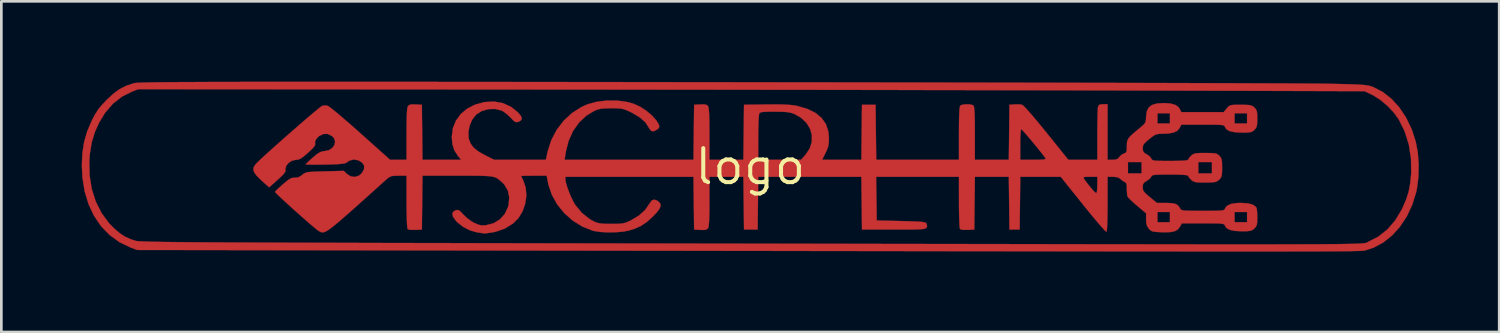
<source format=kicad_pcb>
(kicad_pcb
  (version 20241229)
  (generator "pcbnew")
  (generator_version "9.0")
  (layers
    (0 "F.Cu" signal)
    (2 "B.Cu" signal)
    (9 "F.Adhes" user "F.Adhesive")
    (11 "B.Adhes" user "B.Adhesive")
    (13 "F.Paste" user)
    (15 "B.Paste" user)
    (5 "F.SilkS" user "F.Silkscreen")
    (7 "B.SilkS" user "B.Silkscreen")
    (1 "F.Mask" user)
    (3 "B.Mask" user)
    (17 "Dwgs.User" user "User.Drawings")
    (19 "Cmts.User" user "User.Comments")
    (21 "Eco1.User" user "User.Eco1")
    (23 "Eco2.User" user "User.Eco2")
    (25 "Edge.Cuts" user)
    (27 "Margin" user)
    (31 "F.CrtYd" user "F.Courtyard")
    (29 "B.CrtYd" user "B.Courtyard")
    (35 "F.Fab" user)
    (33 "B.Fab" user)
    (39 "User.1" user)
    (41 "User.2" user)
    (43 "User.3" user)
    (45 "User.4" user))
  (footprint "logo"
    (layer "F.Cu")
    (at 24.95 3.168)
    (property "Reference" "logo" (at 0 0 0) (layer "F.SilkS") (effects (font (size 1.27 1.27) (thickness 0.15))))
    (attr through_hole)
    (fp_poly (pts (xy -15.173 -3.163) (xy -14.292 -3.163) (xy -13.348 -3.162) (xy -12.339 -3.162) (xy -11.263 -3.161) (xy -10.118 -3.16) (xy -8.902 -3.159) (xy -7.611 -3.157) (xy -6.245 -3.156) (xy -4.801 -3.154) (xy -3.277 -3.152) (xy -1.671 -3.15) (xy -1.376 -3.15) (xy -0.021 -3.148) (xy 1.318 -3.146) (xy 2.638 -3.145) (xy 3.937 -3.143) (xy 5.211 -3.141) (xy 6.459 -3.139) (xy 7.678 -3.136) (xy 8.863 -3.134) (xy 10.014 -3.132) (xy 11.127 -3.13) (xy 12.199 -3.127) (xy 13.227 -3.125) (xy 14.209 -3.123) (xy 15.143 -3.12) (xy 16.024 -3.118) (xy 16.851 -3.115) (xy 17.621 -3.113) (xy 18.33 -3.111) (xy 18.977 -3.108) (xy 19.559 -3.106) (xy 20.071 -3.104) (xy 20.513 -3.101) (xy 20.881 -3.099) (xy 21.172 -3.097) (xy 21.384 -3.095) (xy 21.505 -3.093) (xy 21.905 -3.085) (xy 22.229 -3.077) (xy 22.488 -3.07) (xy 22.691 -3.061) (xy 22.848 -3.051) (xy 22.968 -3.04) (xy 23.061 -3.025) (xy 23.137 -3.007) (xy 23.206 -2.985) (xy 23.251 -2.968) (xy 23.606 -2.785) (xy 23.933 -2.528) (xy 24.226 -2.205) (xy 24.479 -1.824) (xy 24.686 -1.394) (xy 24.836 -0.934) (xy 24.914 -0.522) (xy 24.947 -0.07) (xy 24.936 0.388) (xy 24.881 0.82) (xy 24.853 0.953) (xy 24.707 1.422) (xy 24.506 1.851) (xy 24.256 2.233) (xy 23.963 2.56) (xy 23.634 2.824) (xy 23.275 3.019) (xy 23.006 3.11) (xy 22.991 3.115) (xy 22.979 3.119) (xy 22.967 3.123) (xy 22.954 3.126) (xy 22.937 3.13) (xy 22.917 3.134) (xy 22.889 3.137) (xy 22.853 3.14) (xy 22.807 3.143) (xy 22.748 3.146) (xy 22.675 3.148) (xy 22.587 3.15) (xy 22.481 3.153) (xy 22.355 3.155) (xy 22.208 3.157) (xy 22.038 3.158) (xy 21.842 3.16) (xy 21.62 3.161) (xy 21.369 3.163) (xy 21.088 3.164) (xy 20.774 3.165) (xy 20.426 3.165) (xy 20.041 3.166) (xy 19.619 3.166) (xy 19.157 3.167) (xy 18.654 3.167) (xy 18.107 3.167) (xy 17.515 3.167) (xy 16.875 3.166) (xy 16.187 3.166) (xy 15.448 3.165) (xy 14.656 3.165) (xy 13.81 3.164) (xy 12.908 3.163) (xy 11.947 3.162) (xy 10.926 3.16) (xy 9.844 3.159) (xy 8.698 3.157) (xy 7.486 3.156) (xy 6.207 3.154) (xy 4.859 3.152) (xy 3.44 3.15) (xy 1.948 3.148) (xy 0.381 3.145) (xy -1.262 3.143) (xy -2.984 3.14) (xy -4.785 3.138) (xy -6.669 3.135) (xy -7.493 3.134) (xy -22.881 3.111) (xy -23.128 3.018) (xy -23.544 2.818) (xy -23.911 2.551) (xy -24.228 2.223) (xy -24.49 1.837) (xy -24.696 1.4) (xy -24.842 0.915) (xy -24.925 0.388) (xy -24.945 -0.042) (xy -24.938 -0.212) (xy -24.667 -0.212) (xy -24.657 0.325) (xy -24.577 0.833) (xy -24.427 1.304) (xy -24.211 1.733) (xy -23.931 2.113) (xy -23.743 2.305) (xy -23.533 2.485) (xy -23.338 2.614) (xy -23.126 2.709) (xy -22.943 2.769) (xy -22.92 2.774) (xy -22.886 2.779) (xy -22.839 2.784) (xy -22.777 2.788) (xy -22.697 2.792) (xy -22.597 2.796) (xy -22.476 2.8) (xy -22.331 2.804) (xy -22.159 2.807) (xy -21.959 2.811) (xy -21.729 2.814) (xy -21.466 2.817) (xy -21.168 2.82) (xy -20.834 2.822) (xy -20.46 2.825) (xy -20.045 2.828) (xy -19.586 2.83) (xy -19.082 2.833) (xy -18.53 2.835) (xy -17.929 2.837) (xy -17.275 2.84) (xy -16.567 2.842) (xy -15.803 2.844) (xy -14.98 2.846) (xy -14.097 2.849) (xy -13.15 2.851) (xy -12.139 2.853) (xy -11.06 2.855) (xy -9.912 2.858) (xy -8.693 2.86) (xy -7.4 2.863) (xy -6.031 2.865) (xy -4.585 2.868) (xy -3.058 2.87) (xy -1.449 2.873) (xy -1.269 2.873) (xy 0.44 2.876) (xy 2.067 2.879) (xy 3.614 2.882) (xy 5.082 2.885) (xy 6.474 2.887) (xy 7.791 2.889) (xy 9.036 2.891) (xy 10.211 2.893) (xy 11.317 2.895) (xy 12.357 2.897) (xy 13.334 2.898) (xy 14.248 2.899) (xy 15.102 2.9) (xy 15.899 2.901) (xy 16.639 2.902) (xy 17.326 2.902) (xy 17.961 2.903) (xy 18.546 2.903) (xy 19.084 2.902) (xy 19.576 2.902) (xy 20.024 2.901) (xy 20.432 2.9) (xy 20.799 2.899) (xy 21.13 2.898) (xy 21.425 2.896) (xy 21.687 2.894) (xy 21.918 2.892) (xy 22.119 2.889) (xy 22.294 2.886) (xy 22.444 2.883) (xy 22.571 2.88) (xy 22.677 2.876) (xy 22.764 2.872) (xy 22.834 2.867) (xy 22.89 2.863) (xy 22.933 2.858) (xy 22.965 2.852) (xy 22.989 2.846) (xy 23.007 2.84) (xy 23.02 2.834) (xy 23.031 2.827) (xy 23.041 2.82) (xy 23.054 2.813) (xy 23.07 2.805) (xy 23.076 2.802) (xy 23.448 2.609) (xy 23.781 2.344) (xy 24.07 2.01) (xy 24.311 1.611) (xy 24.343 1.545) (xy 24.478 1.233) (xy 24.571 0.942) (xy 24.63 0.637) (xy 24.664 0.286) (xy 24.667 0.246) (xy 24.66 -0.3) (xy 24.579 -0.824) (xy 24.425 -1.316) (xy 24.2 -1.768) (xy 24.199 -1.769) (xy 24.012 -2.026) (xy 23.775 -2.275) (xy 23.514 -2.493) (xy 23.253 -2.658) (xy 23.212 -2.679) (xy 22.924 -2.815) (xy 14.351 -2.841) (xy 13.598 -2.843) (xy 12.767 -2.845) (xy 11.864 -2.848) (xy 10.894 -2.85) (xy 9.864 -2.852) (xy 8.78 -2.854) (xy 7.647 -2.856) (xy 6.473 -2.858) (xy 5.263 -2.861) (xy 4.024 -2.863) (xy 2.76 -2.865) (xy 1.48 -2.867) (xy 0.188 -2.868) (xy -1.11 -2.87) (xy -2.406 -2.872) (xy -3.696 -2.873) (xy -4.972 -2.875) (xy -6.23 -2.876) (xy -7.462 -2.877) (xy -8.53 -2.878) (xy -22.839 -2.889) (xy -23.076 -2.799) (xy -23.451 -2.611) (xy -23.783 -2.35) (xy -24.072 -2.018) (xy -24.296 -1.653) (xy -24.464 -1.28) (xy -24.578 -0.903) (xy -24.645 -0.492) (xy -24.667 -0.212) (xy -24.938 -0.212) (xy -24.924 -0.509) (xy -24.858 -0.928) (xy -24.741 -1.327) (xy -24.566 -1.732) (xy -24.564 -1.736) (xy -24.448 -1.955) (xy -24.331 -2.136) (xy -24.189 -2.309) (xy -24.026 -2.482) (xy -23.773 -2.717) (xy -23.535 -2.891) (xy -23.289 -3.016) (xy -23.013 -3.108) (xy -22.998 -3.112) (xy -22.973 -3.117) (xy -22.934 -3.122) (xy -22.88 -3.126) (xy -22.807 -3.13) (xy -22.715 -3.134) (xy -22.6 -3.137) (xy -22.461 -3.141) (xy -22.295 -3.144) (xy -22.1 -3.147) (xy -21.875 -3.149) (xy -21.617 -3.151) (xy -21.324 -3.154) (xy -20.994 -3.155) (xy -20.624 -3.157) (xy -20.213 -3.159) (xy -19.758 -3.16) (xy -19.257 -3.161) (xy -18.709 -3.162) (xy -18.11 -3.162) (xy -17.46 -3.163) (xy -16.755 -3.163) (xy -15.993 -3.163) (xy -15.173 -3.163)) (stroke (width 0.01) (type solid)) (fill yes) (layer "F.Cu"))
    (fp_poly (pts (xy -4.958 -2.463) (xy -4.588 -2.412) (xy -4.354 -2.347) (xy -4.116 -2.238) (xy -3.881 -2.086) (xy -3.67 -1.908) (xy -3.504 -1.722) (xy -3.418 -1.58) (xy -3.392 -1.495) (xy -3.422 -1.432) (xy -3.467 -1.392) (xy -3.592 -1.321) (xy -3.691 -1.33) (xy -3.769 -1.421) (xy -3.782 -1.45) (xy -3.909 -1.649) (xy -4.118 -1.835) (xy -4.405 -2.007) (xy -4.445 -2.027) (xy -4.597 -2.098) (xy -4.717 -2.143) (xy -4.834 -2.167) (xy -4.976 -2.177) (xy -5.172 -2.179) (xy -5.186 -2.179) (xy -5.404 -2.175) (xy -5.564 -2.161) (xy -5.69 -2.133) (xy -5.808 -2.088) (xy -5.814 -2.085) (xy -6.124 -1.897) (xy -6.393 -1.642) (xy -6.613 -1.329) (xy -6.778 -0.966) (xy -6.882 -0.564) (xy -6.889 -0.518) (xy -6.929 -0.254) (xy -2.118 -0.254) (xy -2.107 -1.281) (xy -2.095 -2.307) (xy -1.864 -2.32) (xy -1.717 -2.322) (xy -1.629 -2.302) (xy -1.578 -2.259) (xy -1.559 -2.209) (xy -1.545 -2.111) (xy -1.534 -1.957) (xy -1.528 -1.74) (xy -1.525 -1.451) (xy -1.524 -1.22) (xy -1.524 -0.254) (xy -0.256 -0.254) (xy 0.296 -0.254) (xy 1.898 -0.254) (xy 2.068 -0.447) (xy 2.221 -0.678) (xy 2.298 -0.924) (xy 2.3 -1.174) (xy 2.232 -1.415) (xy 2.095 -1.636) (xy 1.894 -1.825) (xy 1.672 -1.953) (xy 1.57 -1.994) (xy 1.465 -2.021) (xy 1.337 -2.038) (xy 1.166 -2.047) (xy 0.932 -2.05) (xy 0.919 -2.05) (xy 0.687 -2.05) (xy 0.525 -2.044) (xy 0.421 -2.032) (xy 0.362 -2.012) (xy 0.338 -1.99) (xy 0.326 -1.929) (xy 0.315 -1.798) (xy 0.306 -1.611) (xy 0.3 -1.381) (xy 0.297 -1.122) (xy 0.297 -1.09) (xy 0.296 -0.254) (xy -0.256 -0.254) (xy -0.244 -1.281) (xy -0.233 -2.307) (xy 0.602 -2.319) (xy 0.953 -2.321) (xy 1.234 -2.317) (xy 1.456 -2.305) (xy 1.634 -2.286) (xy 1.737 -2.267) (xy 2.119 -2.159) (xy 2.427 -2.009) (xy 2.663 -1.816) (xy 2.826 -1.581) (xy 2.916 -1.303) (xy 2.937 -1.076) (xy 2.932 -0.89) (xy 2.906 -0.743) (xy 2.848 -0.593) (xy 2.811 -0.515) (xy 2.681 -0.254) (xy 4.147 -0.254) (xy 4.158 -1.281) (xy 4.17 -2.307) (xy 4.678 -2.307) (xy 4.689 -1.281) (xy 4.701 -0.254) (xy 7.789 -0.254) (xy 7.789 -1.24) (xy 7.791 -1.589) (xy 7.795 -1.86) (xy 7.804 -2.058) (xy 7.815 -2.19) (xy 7.831 -2.263) (xy 7.84 -2.278) (xy 7.918 -2.311) (xy 8.043 -2.326) (xy 8.179 -2.322) (xy 8.29 -2.3) (xy 8.331 -2.278) (xy 8.349 -2.231) (xy 8.363 -2.127) (xy 8.373 -1.96) (xy 8.379 -1.724) (xy 8.382 -1.412) (xy 8.382 -1.24) (xy 8.382 -0.254) (xy 9.65 -0.254) (xy 9.657 -0.826) (xy 10.075 -0.826) (xy 10.075 -0.254) (xy 10.565 -0.254) (xy 10.781 -0.256) (xy 10.923 -0.263) (xy 11.001 -0.276) (xy 11.026 -0.296) (xy 11.022 -0.307) (xy 10.97 -0.381) (xy 10.881 -0.498) (xy 10.764 -0.645) (xy 10.632 -0.807) (xy 10.495 -0.972) (xy 10.365 -1.126) (xy 10.251 -1.257) (xy 10.166 -1.351) (xy 10.12 -1.395) (xy 10.116 -1.397) (xy 10.1 -1.357) (xy 10.087 -1.243) (xy 10.079 -1.069) (xy 10.075 -0.845) (xy 10.075 -0.826) (xy 9.657 -0.826) (xy 9.662 -1.281) (xy 9.673 -2.307) (xy 9.86 -2.321) (xy 9.999 -2.324) (xy 10.116 -2.315) (xy 10.14 -2.311) (xy 10.194 -2.271) (xy 10.294 -2.169) (xy 10.435 -2.012) (xy 10.614 -1.804) (xy 10.824 -1.551) (xy 11.052 -1.271) (xy 11.871 -0.254) (xy 12.954 -0.254) (xy 12.955 -1.196) (xy 12.956 -1.475) (xy 12.959 -1.73) (xy 12.964 -1.948) (xy 12.97 -2.113) (xy 12.977 -2.214) (xy 12.981 -2.233) (xy 13.014 -2.297) (xy 13.086 -2.324) (xy 13.171 -2.328) (xy 13.335 -2.328) (xy 13.335 -0.254) (xy 13.521 -0.254) (xy 13.65 -0.264) (xy 13.73 -0.304) (xy 13.775 -0.359) (xy 13.862 -0.446) (xy 13.949 -0.491) (xy 14.009 -0.513) (xy 14.04 -0.556) (xy 14.053 -0.643) (xy 14.055 -0.764) (xy 14.057 -0.874) (xy 14.071 -0.961) (xy 14.107 -1.04) (xy 14.173 -1.123) (xy 14.281 -1.225) (xy 14.44 -1.359) (xy 14.55 -1.45) (xy 14.668 -1.551) (xy 14.734 -1.626) (xy 14.764 -1.703) (xy 14.772 -1.807) (xy 14.772 -1.833) (xy 14.789 -1.99) (xy 15.198 -1.99) (xy 15.198 -1.609) (xy 15.663 -1.609) (xy 15.663 -1.99) (xy 18.076 -1.99) (xy 18.076 -1.609) (xy 18.542 -1.609) (xy 18.542 -1.99) (xy 18.076 -1.99) (xy 15.663 -1.99) (xy 15.198 -1.99) (xy 14.789 -1.99) (xy 14.795 -2.044) (xy 14.864 -2.197) (xy 14.987 -2.297) (xy 15.172 -2.353) (xy 15.428 -2.371) (xy 15.431 -2.371) (xy 15.681 -2.355) (xy 15.862 -2.305) (xy 15.982 -2.219) (xy 16.026 -2.154) (xy 16.089 -2.032) (xy 17.668 -2.032) (xy 17.783 -2.17) (xy 17.839 -2.233) (xy 17.891 -2.273) (xy 17.959 -2.296) (xy 18.065 -2.305) (xy 18.228 -2.307) (xy 18.301 -2.307) (xy 18.493 -2.305) (xy 18.621 -2.297) (xy 18.705 -2.278) (xy 18.767 -2.245) (xy 18.814 -2.205) (xy 18.871 -2.142) (xy 18.904 -2.073) (xy 18.919 -1.971) (xy 18.923 -1.813) (xy 18.923 -1.79) (xy 18.92 -1.622) (xy 18.905 -1.513) (xy 18.874 -1.439) (xy 18.819 -1.374) (xy 18.76 -1.323) (xy 18.694 -1.292) (xy 18.599 -1.276) (xy 18.452 -1.27) (xy 18.351 -1.27) (xy 18.085 -1.283) (xy 17.893 -1.324) (xy 17.771 -1.394) (xy 17.717 -1.481) (xy 17.703 -1.511) (xy 17.677 -1.533) (xy 17.626 -1.548) (xy 17.539 -1.558) (xy 17.405 -1.563) (xy 17.211 -1.566) (xy 16.946 -1.566) (xy 16.889 -1.566) (xy 16.089 -1.566) (xy 16.026 -1.444) (xy 15.938 -1.338) (xy 15.799 -1.27) (xy 15.597 -1.234) (xy 15.414 -1.227) (xy 15.266 -1.224) (xy 15.161 -1.207) (xy 15.07 -1.165) (xy 14.96 -1.085) (xy 14.891 -1.03) (xy 14.763 -0.921) (xy 14.689 -0.841) (xy 14.656 -0.769) (xy 14.648 -0.684) (xy 14.648 -0.681) (xy 14.662 -0.57) (xy 14.717 -0.503) (xy 14.786 -0.466) (xy 14.891 -0.396) (xy 14.962 -0.312) (xy 14.964 -0.307) (xy 14.983 -0.271) (xy 15.012 -0.246) (xy 15.064 -0.229) (xy 15.152 -0.219) (xy 15.289 -0.214) (xy 15.488 -0.212) (xy 15.673 -0.212) (xy 15.959 -0.214) (xy 16.167 -0.223) (xy 16.295 -0.236) (xy 16.341 -0.255) (xy 16.341 -0.256) (xy 16.369 -0.312) (xy 16.439 -0.391) (xy 16.453 -0.404) (xy 16.511 -0.452) (xy 16.575 -0.483) (xy 16.664 -0.499) (xy 16.798 -0.507) (xy 16.984 -0.508) (xy 17.179 -0.506) (xy 17.309 -0.499) (xy 17.394 -0.482) (xy 17.453 -0.451) (xy 17.507 -0.404) (xy 17.559 -0.343) (xy 17.59 -0.274) (xy 17.606 -0.174) (xy 17.61 -0.019) (xy 17.611 0.042) (xy 17.608 0.216) (xy 17.598 0.328) (xy 17.573 0.402) (xy 17.528 0.46) (xy 17.499 0.489) (xy 17.44 0.537) (xy 17.375 0.568) (xy 17.285 0.584) (xy 17.149 0.591) (xy 16.976 0.593) (xy 16.782 0.591) (xy 16.653 0.583) (xy 16.567 0.565) (xy 16.504 0.532) (xy 16.453 0.489) (xy 16.378 0.409) (xy 16.341 0.347) (xy 16.341 0.341) (xy 16.299 0.322) (xy 16.174 0.308) (xy 15.97 0.299) (xy 15.687 0.296) (xy 15.666 0.296) (xy 15.412 0.297) (xy 15.23 0.3) (xy 15.107 0.307) (xy 15.032 0.319) (xy 14.99 0.338) (xy 14.971 0.365) (xy 14.967 0.375) (xy 14.915 0.445) (xy 14.819 0.519) (xy 14.795 0.533) (xy 14.696 0.598) (xy 14.655 0.673) (xy 14.647 0.767) (xy 14.654 0.851) (xy 14.684 0.921) (xy 14.75 0.998) (xy 14.866 1.101) (xy 14.912 1.138) (xy 15.176 1.355) (xy 15.515 1.356) (xy 15.717 1.363) (xy 15.855 1.387) (xy 15.948 1.435) (xy 16.015 1.515) (xy 16.039 1.556) (xy 16.059 1.589) (xy 16.088 1.613) (xy 16.136 1.63) (xy 16.216 1.641) (xy 16.341 1.647) (xy 16.521 1.65) (xy 16.77 1.651) (xy 16.89 1.651) (xy 17.169 1.651) (xy 17.375 1.649) (xy 17.519 1.644) (xy 17.614 1.635) (xy 17.67 1.621) (xy 17.7 1.6) (xy 17.715 1.572) (xy 17.717 1.566) (xy 17.793 1.462) (xy 17.946 1.392) (xy 18.174 1.359) (xy 18.309 1.355) (xy 18.568 1.371) (xy 18.757 1.421) (xy 18.871 1.502) (xy 18.897 1.547) (xy 18.91 1.622) (xy 18.919 1.754) (xy 18.923 1.91) (xy 18.92 2.072) (xy 18.904 2.175) (xy 18.87 2.246) (xy 18.811 2.309) (xy 18.747 2.361) (xy 18.675 2.392) (xy 18.574 2.408) (xy 18.42 2.413) (xy 18.343 2.413) (xy 18.077 2.399) (xy 17.886 2.356) (xy 17.766 2.283) (xy 17.717 2.202) (xy 17.703 2.172) (xy 17.677 2.15) (xy 17.626 2.135) (xy 17.538 2.125) (xy 17.403 2.12) (xy 17.208 2.117) (xy 16.941 2.117) (xy 16.899 2.117) (xy 16.108 2.117) (xy 16.035 2.244) (xy 15.96 2.342) (xy 15.856 2.406) (xy 15.707 2.441) (xy 15.499 2.451) (xy 15.353 2.448) (xy 15.171 2.439) (xy 15.052 2.426) (xy 14.975 2.402) (xy 14.918 2.36) (xy 14.876 2.315) (xy 14.81 2.216) (xy 14.78 2.096) (xy 14.774 1.97) (xy 14.774 1.744) (xy 14.715 1.693) (xy 15.198 1.693) (xy 15.198 2.074) (xy 15.663 2.074) (xy 15.663 1.693) (xy 18.076 1.693) (xy 18.076 2.074) (xy 18.542 2.074) (xy 18.542 1.693) (xy 18.076 1.693) (xy 15.663 1.693) (xy 15.198 1.693) (xy 14.715 1.693) (xy 14.439 1.46) (xy 14.296 1.336) (xy 14.178 1.226) (xy 14.101 1.145) (xy 14.079 1.114) (xy 14.065 1.038) (xy 14.056 0.911) (xy 14.055 0.825) (xy 14.049 0.687) (xy 14.027 0.611) (xy 13.983 0.576) (xy 13.976 0.573) (xy 13.886 0.523) (xy 13.821 0.465) (xy 13.736 0.406) (xy 13.604 0.383) (xy 13.54 0.381) (xy 13.335 0.381) (xy 13.335 1.395) (xy 13.333 1.711) (xy 13.329 1.98) (xy 13.321 2.195) (xy 13.311 2.346) (xy 13.299 2.424) (xy 13.294 2.433) (xy 13.259 2.408) (xy 13.178 2.323) (xy 13.058 2.188) (xy 12.905 2.009) (xy 12.726 1.794) (xy 12.528 1.552) (xy 12.422 1.42) (xy 11.612 0.408) (xy 12.442 0.408) (xy 12.459 0.46) (xy 12.524 0.552) (xy 12.637 0.697) (xy 12.697 0.772) (xy 12.794 0.886) (xy 12.872 0.964) (xy 12.918 0.991) (xy 12.92 0.99) (xy 12.937 0.94) (xy 12.949 0.829) (xy 12.954 0.681) (xy 12.954 0.675) (xy 12.954 0.381) (xy 12.676 0.381) (xy 12.552 0.38) (xy 12.473 0.385) (xy 12.442 0.408) (xy 11.612 0.408) (xy 11.591 0.381) (xy 10.077 0.381) (xy 10.066 1.365) (xy 10.054 2.349) (xy 9.673 2.349) (xy 9.662 1.365) (xy 9.65 0.381) (xy 8.384 0.381) (xy 8.372 1.365) (xy 8.361 2.349) (xy 8.111 2.362) (xy 7.941 2.362) (xy 7.846 2.338) (xy 7.826 2.32) (xy 7.815 2.263) (xy 7.806 2.135) (xy 7.799 1.947) (xy 7.793 1.714) (xy 7.79 1.448) (xy 7.79 1.323) (xy 7.789 0.381) (xy 4.697 0.381) (xy 4.709 1.196) (xy 4.72 2.011) (xy 5.626 2.032) (xy 5.929 2.04) (xy 6.158 2.048) (xy 6.324 2.057) (xy 6.438 2.068) (xy 6.511 2.083) (xy 6.554 2.102) (xy 6.578 2.127) (xy 6.578 2.127) (xy 6.602 2.218) (xy 6.578 2.275) (xy 6.558 2.297) (xy 6.523 2.314) (xy 6.464 2.327) (xy 6.37 2.337) (xy 6.233 2.343) (xy 6.043 2.347) (xy 5.789 2.349) (xy 5.464 2.349) (xy 5.351 2.349) (xy 4.17 2.349) (xy 4.147 0.381) (xy 0.298 0.381) (xy 0.287 1.365) (xy 0.275 2.349) (xy -0.233 2.349) (xy -0.244 1.365) (xy -0.256 0.381) (xy -1.524 0.381) (xy -1.524 1.304) (xy -1.525 1.637) (xy -1.53 1.893) (xy -1.539 2.081) (xy -1.551 2.208) (xy -1.568 2.282) (xy -1.578 2.302) (xy -1.632 2.346) (xy -1.722 2.365) (xy -1.864 2.363) (xy -2.095 2.349) (xy -2.107 1.365) (xy -2.118 0.381) (xy -6.9 0.381) (xy -6.9 0.469) (xy -6.882 0.59) (xy -6.832 0.762) (xy -6.76 0.959) (xy -6.676 1.158) (xy -6.589 1.334) (xy -6.534 1.425) (xy -6.289 1.723) (xy -5.994 1.958) (xy -5.848 2.04) (xy -5.746 2.085) (xy -5.643 2.113) (xy -5.516 2.13) (xy -5.343 2.137) (xy -5.185 2.138) (xy -4.975 2.136) (xy -4.824 2.128) (xy -4.709 2.11) (xy -4.605 2.077) (xy -4.487 2.023) (xy -4.444 2.002) (xy -4.157 1.828) (xy -3.926 1.621) (xy -3.766 1.393) (xy -3.764 1.389) (xy -3.681 1.27) (xy -3.588 1.231) (xy -3.474 1.27) (xy -3.438 1.294) (xy -3.361 1.372) (xy -3.344 1.464) (xy -3.39 1.578) (xy -3.501 1.723) (xy -3.63 1.859) (xy -3.857 2.064) (xy -4.076 2.212) (xy -4.318 2.32) (xy -4.549 2.39) (xy -4.768 2.429) (xy -5.034 2.45) (xy -5.316 2.454) (xy -5.586 2.439) (xy -5.814 2.406) (xy -5.887 2.388) (xy -6.273 2.233) (xy -6.628 2.012) (xy -6.942 1.733) (xy -7.204 1.41) (xy -7.404 1.051) (xy -7.533 0.67) (xy -7.547 0.602) (xy -7.597 0.339) (xy -8.074 0.339) (xy -8.264 0.34) (xy -8.418 0.342) (xy -8.519 0.346) (xy -8.551 0.351) (xy -8.534 0.392) (xy -8.49 0.482) (xy -8.469 0.524) (xy -8.379 0.79) (xy -8.356 1.082) (xy -8.397 1.379) (xy -8.496 1.665) (xy -8.65 1.919) (xy -8.854 2.124) (xy -8.855 2.124) (xy -9.17 2.317) (xy -9.511 2.433) (xy -9.615 2.453) (xy -9.761 2.475) (xy -9.875 2.489) (xy -9.927 2.492) (xy -9.991 2.483) (xy -10.107 2.467) (xy -10.187 2.455) (xy -10.449 2.383) (xy -10.707 2.252) (xy -10.928 2.08) (xy -10.992 2.013) (xy -11.094 1.865) (xy -11.119 1.75) (xy -11.066 1.668) (xy -10.998 1.634) (xy -10.928 1.617) (xy -10.869 1.634) (xy -10.797 1.694) (xy -10.71 1.789) (xy -10.565 1.926) (xy -10.391 2.051) (xy -10.305 2.099) (xy -10.152 2.166) (xy -10.027 2.194) (xy -9.891 2.191) (xy -9.858 2.187) (xy -9.58 2.115) (xy -9.345 1.973) (xy -9.163 1.77) (xy -9.042 1.514) (xy -9.018 1.425) (xy -8.993 1.146) (xy -9.045 0.894) (xy -9.173 0.677) (xy -9.257 0.59) (xy -9.333 0.521) (xy -9.399 0.467) (xy -9.467 0.424) (xy -9.546 0.392) (xy -9.646 0.369) (xy -9.778 0.354) (xy -9.951 0.345) (xy -10.176 0.34) (xy -10.463 0.339) (xy -10.822 0.339) (xy -10.92 0.339) (xy -12.233 0.339) (xy -12.244 1.344) (xy -12.255 2.349) (xy -12.506 2.362) (xy -12.676 2.362) (xy -12.771 2.338) (xy -12.791 2.32) (xy -12.801 2.263) (xy -12.81 2.135) (xy -12.817 1.947) (xy -12.823 1.713) (xy -12.826 1.446) (xy -12.826 1.302) (xy -12.827 0.339) (xy -13.127 0.339) (xy -13.286 0.341) (xy -13.392 0.356) (xy -13.478 0.396) (xy -13.576 0.473) (xy -13.651 0.54) (xy -14.077 0.923) (xy -14.445 1.254) (xy -14.76 1.536) (xy -15.026 1.771) (xy -15.248 1.965) (xy -15.431 2.121) (xy -15.58 2.242) (xy -15.7 2.332) (xy -15.794 2.394) (xy -15.869 2.433) (xy -15.929 2.452) (xy -15.978 2.454) (xy -16.022 2.444) (xy -16.065 2.424) (xy -16.099 2.407) (xy -16.159 2.364) (xy -16.267 2.276) (xy -16.413 2.152) (xy -16.587 2.001) (xy -16.778 1.833) (xy -16.976 1.656) (xy -17.171 1.481) (xy -17.352 1.316) (xy -17.509 1.17) (xy -17.632 1.052) (xy -17.711 0.973) (xy -17.735 0.941) (xy -17.704 0.902) (xy -17.622 0.822) (xy -17.505 0.715) (xy -17.438 0.657) (xy -17.29 0.534) (xy -17.183 0.459) (xy -17.101 0.423) (xy -17.024 0.415) (xy -17.003 0.417) (xy -16.871 0.403) (xy -16.743 0.328) (xy -16.723 0.312) (xy -16.67 0.269) (xy -16.617 0.238) (xy -16.552 0.216) (xy -16.459 0.202) (xy -16.324 0.192) (xy -16.132 0.184) (xy -15.877 0.177) (xy -15.17 0.159) (xy -15.059 0.27) (xy -14.911 0.365) (xy -14.75 0.386) (xy -14.595 0.332) (xy -14.503 0.251) (xy -14.414 0.101) (xy -14.409 -0.034) (xy -14.484 -0.15) (xy -14.517 -0.169) (xy 14.097 -0.169) (xy 14.097 0.254) (xy 14.605 0.254) (xy 14.605 -0.169) (xy 16.722 -0.169) (xy 16.722 0.254) (xy 17.23 0.254) (xy 17.23 -0.169) (xy 16.722 -0.169) (xy 14.605 -0.169) (xy 14.097 -0.169) (xy -14.517 -0.169) (xy -14.628 -0.236) (xy -14.804 -0.267) (xy -14.975 -0.217) (xy -15.071 -0.148) (xy -15.121 -0.125) (xy -15.221 -0.107) (xy -15.379 -0.093) (xy -15.604 -0.083) (xy -15.865 -0.077) (xy -16.102 -0.074) (xy -16.307 -0.073) (xy -16.466 -0.075) (xy -16.565 -0.079) (xy -16.592 -0.085) (xy -16.56 -0.12) (xy -16.48 -0.197) (xy -16.366 -0.3) (xy -16.323 -0.339) (xy -16.176 -0.461) (xy -16.065 -0.534) (xy -15.97 -0.568) (xy -15.9 -0.576) (xy -15.733 -0.61) (xy -15.603 -0.692) (xy -15.521 -0.804) (xy -15.493 -0.931) (xy -15.53 -1.056) (xy -15.603 -1.138) (xy -15.766 -1.219) (xy -15.934 -1.218) (xy -16.094 -1.138) (xy -16.137 -1.1) (xy -16.223 -0.993) (xy -16.245 -0.903) (xy -16.24 -0.874) (xy -16.239 -0.818) (xy -16.271 -0.753) (xy -16.347 -0.666) (xy -16.478 -0.543) (xy -16.508 -0.516) (xy -16.657 -0.387) (xy -16.766 -0.308) (xy -16.853 -0.267) (xy -16.938 -0.254) (xy -16.955 -0.254) (xy -17.097 -0.223) (xy -17.224 -0.145) (xy -17.315 -0.037) (xy -17.349 0.08) (xy -17.346 0.107) (xy -17.347 0.165) (xy -17.378 0.23) (xy -17.45 0.315) (xy -17.574 0.433) (xy -17.64 0.492) (xy -17.953 0.773) (xy -18.068 0.673) (xy -18.278 0.484) (xy -18.424 0.335) (xy -18.512 0.215) (xy -18.546 0.114) (xy -18.531 0.022) (xy -18.473 -0.071) (xy -18.447 -0.102) (xy -18.372 -0.178) (xy -18.246 -0.297) (xy -18.08 -0.45) (xy -17.88 -0.631) (xy -17.656 -0.831) (xy -17.416 -1.044) (xy -17.169 -1.261) (xy -16.924 -1.474) (xy -16.69 -1.678) (xy -16.474 -1.863) (xy -16.285 -2.022) (xy -16.133 -2.148) (xy -16.026 -2.233) (xy -15.972 -2.27) (xy -15.97 -2.27) (xy -15.852 -2.28) (xy -15.77 -2.269) (xy -15.715 -2.235) (xy -15.605 -2.151) (xy -15.448 -2.024) (xy -15.253 -1.859) (xy -15.027 -1.665) (xy -14.777 -1.447) (xy -14.554 -1.248) (xy -13.442 -0.254) (xy -12.827 -0.254) (xy -12.827 -1.22) (xy -12.826 -1.559) (xy -12.821 -1.823) (xy -12.813 -2.017) (xy -12.802 -2.15) (xy -12.786 -2.231) (xy -12.773 -2.259) (xy -12.719 -2.304) (xy -12.629 -2.322) (xy -12.487 -2.32) (xy -12.255 -2.307) (xy -12.244 -1.281) (xy -12.233 -0.254) (xy -10.787 -0.254) (xy -10.899 -0.386) (xy -11.038 -0.597) (xy -11.115 -0.836) (xy -11.139 -1.107) (xy -11.1 -1.423) (xy -10.987 -1.709) (xy -10.806 -1.958) (xy -10.564 -2.162) (xy -10.267 -2.314) (xy -9.924 -2.407) (xy -9.915 -2.408) (xy -9.558 -2.428) (xy -9.228 -2.368) (xy -8.928 -2.23) (xy -8.674 -2.028) (xy -8.561 -1.895) (xy -8.524 -1.794) (xy -8.563 -1.72) (xy -8.648 -1.675) (xy -8.717 -1.658) (xy -8.777 -1.673) (xy -8.849 -1.73) (xy -8.947 -1.832) (xy -9.071 -1.95) (xy -9.202 -2.049) (xy -9.283 -2.094) (xy -9.521 -2.153) (xy -9.774 -2.145) (xy -10.015 -2.077) (xy -10.219 -1.951) (xy -10.238 -1.935) (xy -10.377 -1.754) (xy -10.474 -1.527) (xy -10.52 -1.283) (xy -10.508 -1.053) (xy -10.5 -1.022) (xy -10.431 -0.849) (xy -10.318 -0.701) (xy -10.147 -0.565) (xy -9.905 -0.428) (xy -9.898 -0.425) (xy -9.558 -0.254) (xy -7.628 -0.254) (xy -7.558 -0.57) (xy -7.425 -0.988) (xy -7.222 -1.373) (xy -6.959 -1.716) (xy -6.644 -2.005) (xy -6.286 -2.231) (xy -6.068 -2.327) (xy -5.727 -2.42) (xy -5.348 -2.465) (xy -4.958 -2.463)) (stroke (width 0.01) (type solid)) (fill yes) (layer "F.Cu")))
  (gr_rect
    (start -3 -3)
    (end 52.902 9.34)
    (stroke (width 0.1) (type default))
    (fill no)
    (layer "Edge.Cuts")))
</source>
